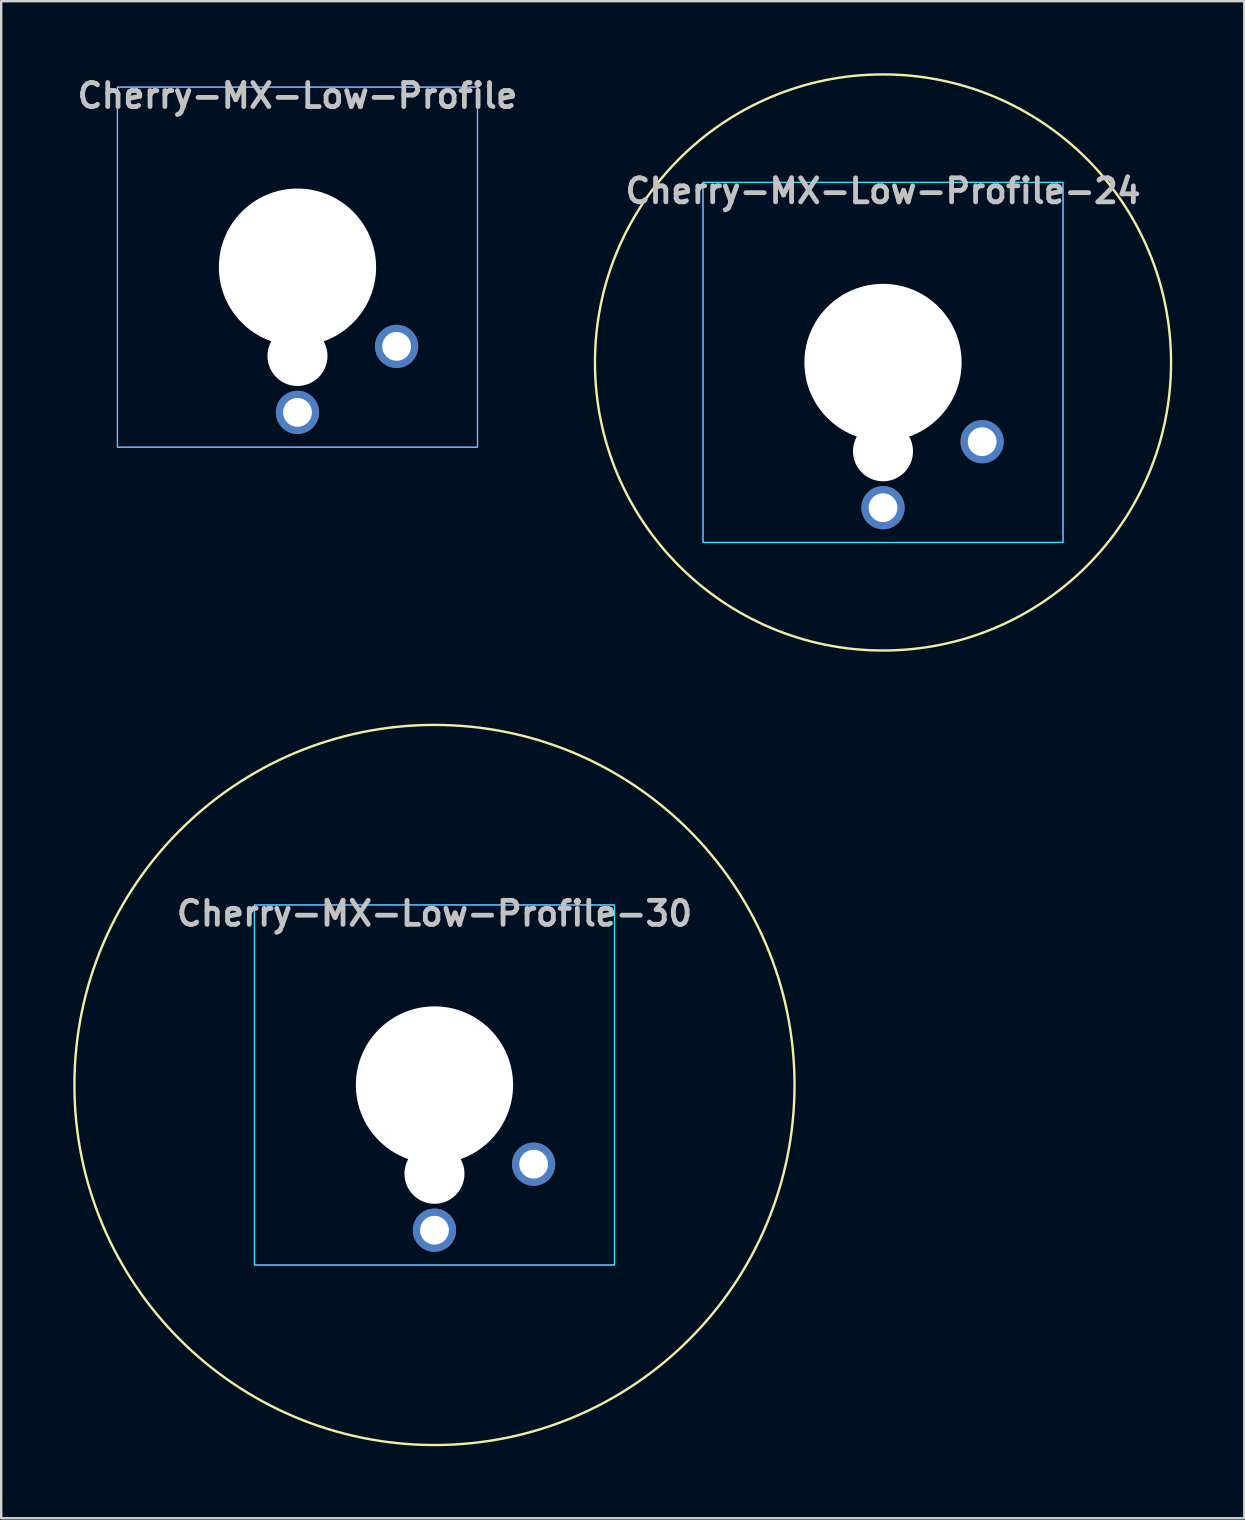
<source format=kicad_pcb>
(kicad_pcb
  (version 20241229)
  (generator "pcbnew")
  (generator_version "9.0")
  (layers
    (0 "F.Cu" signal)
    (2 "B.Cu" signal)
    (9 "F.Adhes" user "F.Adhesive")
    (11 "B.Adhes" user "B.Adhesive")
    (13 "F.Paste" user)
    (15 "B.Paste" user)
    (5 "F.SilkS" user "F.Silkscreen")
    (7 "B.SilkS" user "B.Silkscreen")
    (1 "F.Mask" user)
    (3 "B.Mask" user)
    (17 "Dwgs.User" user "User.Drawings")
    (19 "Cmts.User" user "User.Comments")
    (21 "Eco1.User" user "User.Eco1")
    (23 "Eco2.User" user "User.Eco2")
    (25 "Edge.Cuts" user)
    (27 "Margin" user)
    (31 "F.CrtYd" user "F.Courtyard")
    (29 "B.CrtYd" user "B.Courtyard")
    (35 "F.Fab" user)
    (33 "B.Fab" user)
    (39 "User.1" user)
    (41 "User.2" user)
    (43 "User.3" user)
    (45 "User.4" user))
  (footprint "Cherry-MX-Low-Profile-30"
    (layer "F.Cu")
    (at 15.05 42.15)
    (property "Reference" "Cherry-MX-Low-Profile-30" (at 0 -7.144 180) (layer "Dwgs.User") (effects (font (size 1 1) (thickness 0.2))))
    (attr through_hole)
    (fp_circle (center 0 0) (end 15 0) (stroke (width 0.1) (type default)) (fill no) (layer "F.SilkS"))
    (fp_line (start -7.5 -7.5) (end 7.5 -7.5) (stroke (width 0.152) (type solid)) (layer "Eco2.User"))
    (fp_line (start -7.5 7.5) (end -7.5 -7.5) (stroke (width 0.152) (type solid)) (layer "Eco2.User"))
    (fp_line (start 7.5 -7.5) (end 7.5 7.5) (stroke (width 0.152) (type solid)) (layer "Eco2.User"))
    (fp_line (start 7.5 7.5) (end -7.5 7.5) (stroke (width 0.152) (type solid)) (layer "Eco2.User"))
    (fp_rect (start -7.5 -7.5) (end 7.5 7.5) (stroke (width 0.05) (type default)) (fill no) (layer "B.CrtYd"))
    (fp_rect (start -7.5 -7.5) (end 7.5 7.5) (stroke (width 0.05) (type default)) (fill no) (layer "F.CrtYd"))
    (pad "" np_thru_hole circle (at 0 0 180) (size 6.55 6.55) (drill 6.55) (layers "*.Cu" "*.Mask"))
    (pad "" np_thru_hole circle (at 0 3.7 180) (size 2.5 2.5) (drill 2.5) (layers "*.Cu" "*.Mask"))
    (pad "1" thru_hole circle (at 0 6.05 180) (size 1.8 1.8) (drill 1.2) (layers "*.Cu" "*.Mask"))
    (pad "2" thru_hole circle (at 4.13 3.3 41.9) (size 1.8 1.8) (drill 1.2) (layers "*.Cu" "*.Mask")))
  (footprint "Cherry-MX-Low-Profile-24"
    (layer "F.Cu")
    (at 33.736 12.05)
    (property "Reference" "Cherry-MX-Low-Profile-24" (at 0 -7.144 180) (layer "Dwgs.User") (effects (font (size 1 1) (thickness 0.2))))
    (attr through_hole)
    (fp_circle (center 0 0) (end 12 0) (stroke (width 0.1) (type default)) (fill no) (layer "F.SilkS"))
    (fp_line (start -7.5 -7.5) (end 7.5 -7.5) (stroke (width 0.152) (type solid)) (layer "Eco2.User"))
    (fp_line (start -7.5 7.5) (end -7.5 -7.5) (stroke (width 0.152) (type solid)) (layer "Eco2.User"))
    (fp_line (start 7.5 -7.5) (end 7.5 7.5) (stroke (width 0.152) (type solid)) (layer "Eco2.User"))
    (fp_line (start 7.5 7.5) (end -7.5 7.5) (stroke (width 0.152) (type solid)) (layer "Eco2.User"))
    (fp_rect (start -7.5 -7.5) (end 7.5 7.5) (stroke (width 0.05) (type default)) (fill no) (layer "B.CrtYd"))
    (fp_rect (start -7.5 -7.5) (end 7.5 7.5) (stroke (width 0.05) (type default)) (fill no) (layer "F.CrtYd"))
    (pad "" np_thru_hole circle (at 0 0 180) (size 6.55 6.55) (drill 6.55) (layers "*.Cu" "*.Mask"))
    (pad "" np_thru_hole circle (at 0 3.7 180) (size 2.5 2.5) (drill 2.5) (layers "*.Cu" "*.Mask"))
    (pad "1" thru_hole circle (at 0 6.05 180) (size 1.8 1.8) (drill 1.2) (layers "*.Cu" "*.Mask"))
    (pad "2" thru_hole circle (at 4.13 3.3 41.9) (size 1.8 1.8) (drill 1.2) (layers "*.Cu" "*.Mask")))
  (footprint "Cherry-MX-Low-Profile"
    (layer "F.Cu")
    (at 9.343 8.08)
    (property "Reference" "Cherry-MX-Low-Profile" (at 0 -7.144 180) (layer "Dwgs.User") (effects (font (size 1 1) (thickness 0.2))))
    (attr through_hole)
    (fp_line (start -7.5 -7.5) (end 7.5 -7.5) (stroke (width 0.152) (type solid)) (layer "Eco2.User"))
    (fp_line (start -7.5 7.5) (end -7.5 -7.5) (stroke (width 0.152) (type solid)) (layer "Eco2.User"))
    (fp_line (start 7.5 -7.5) (end 7.5 7.5) (stroke (width 0.152) (type solid)) (layer "Eco2.User"))
    (fp_line (start 7.5 7.5) (end -7.5 7.5) (stroke (width 0.152) (type solid)) (layer "Eco2.User"))
    (fp_rect (start -7.5 -7.5) (end 7.5 7.5) (stroke (width 0.05) (type default)) (fill no) (layer "B.CrtYd"))
    (fp_rect (start -7.5 -7.5) (end 7.5 7.5) (stroke (width 0.05) (type default)) (fill no) (layer "F.CrtYd"))
    (pad "" np_thru_hole circle (at 0 0 180) (size 6.55 6.55) (drill 6.55) (layers "*.Cu" "*.Mask"))
    (pad "" np_thru_hole circle (at 0 3.7 180) (size 2.5 2.5) (drill 2.5) (layers "*.Cu" "*.Mask"))
    (pad "1" thru_hole circle (at 0 6.05 180) (size 1.8 1.8) (drill 1.2) (layers "*.Cu" "*.Mask"))
    (pad "2" thru_hole circle (at 4.13 3.3 41.9) (size 1.8 1.8) (drill 1.2) (layers "*.Cu" "*.Mask")))
  (gr_rect
    (start -3 -3)
    (end 48.786 60.2)
    (stroke (width 0.1) (type default))
    (fill no)
    (layer "Edge.Cuts")))
</source>
